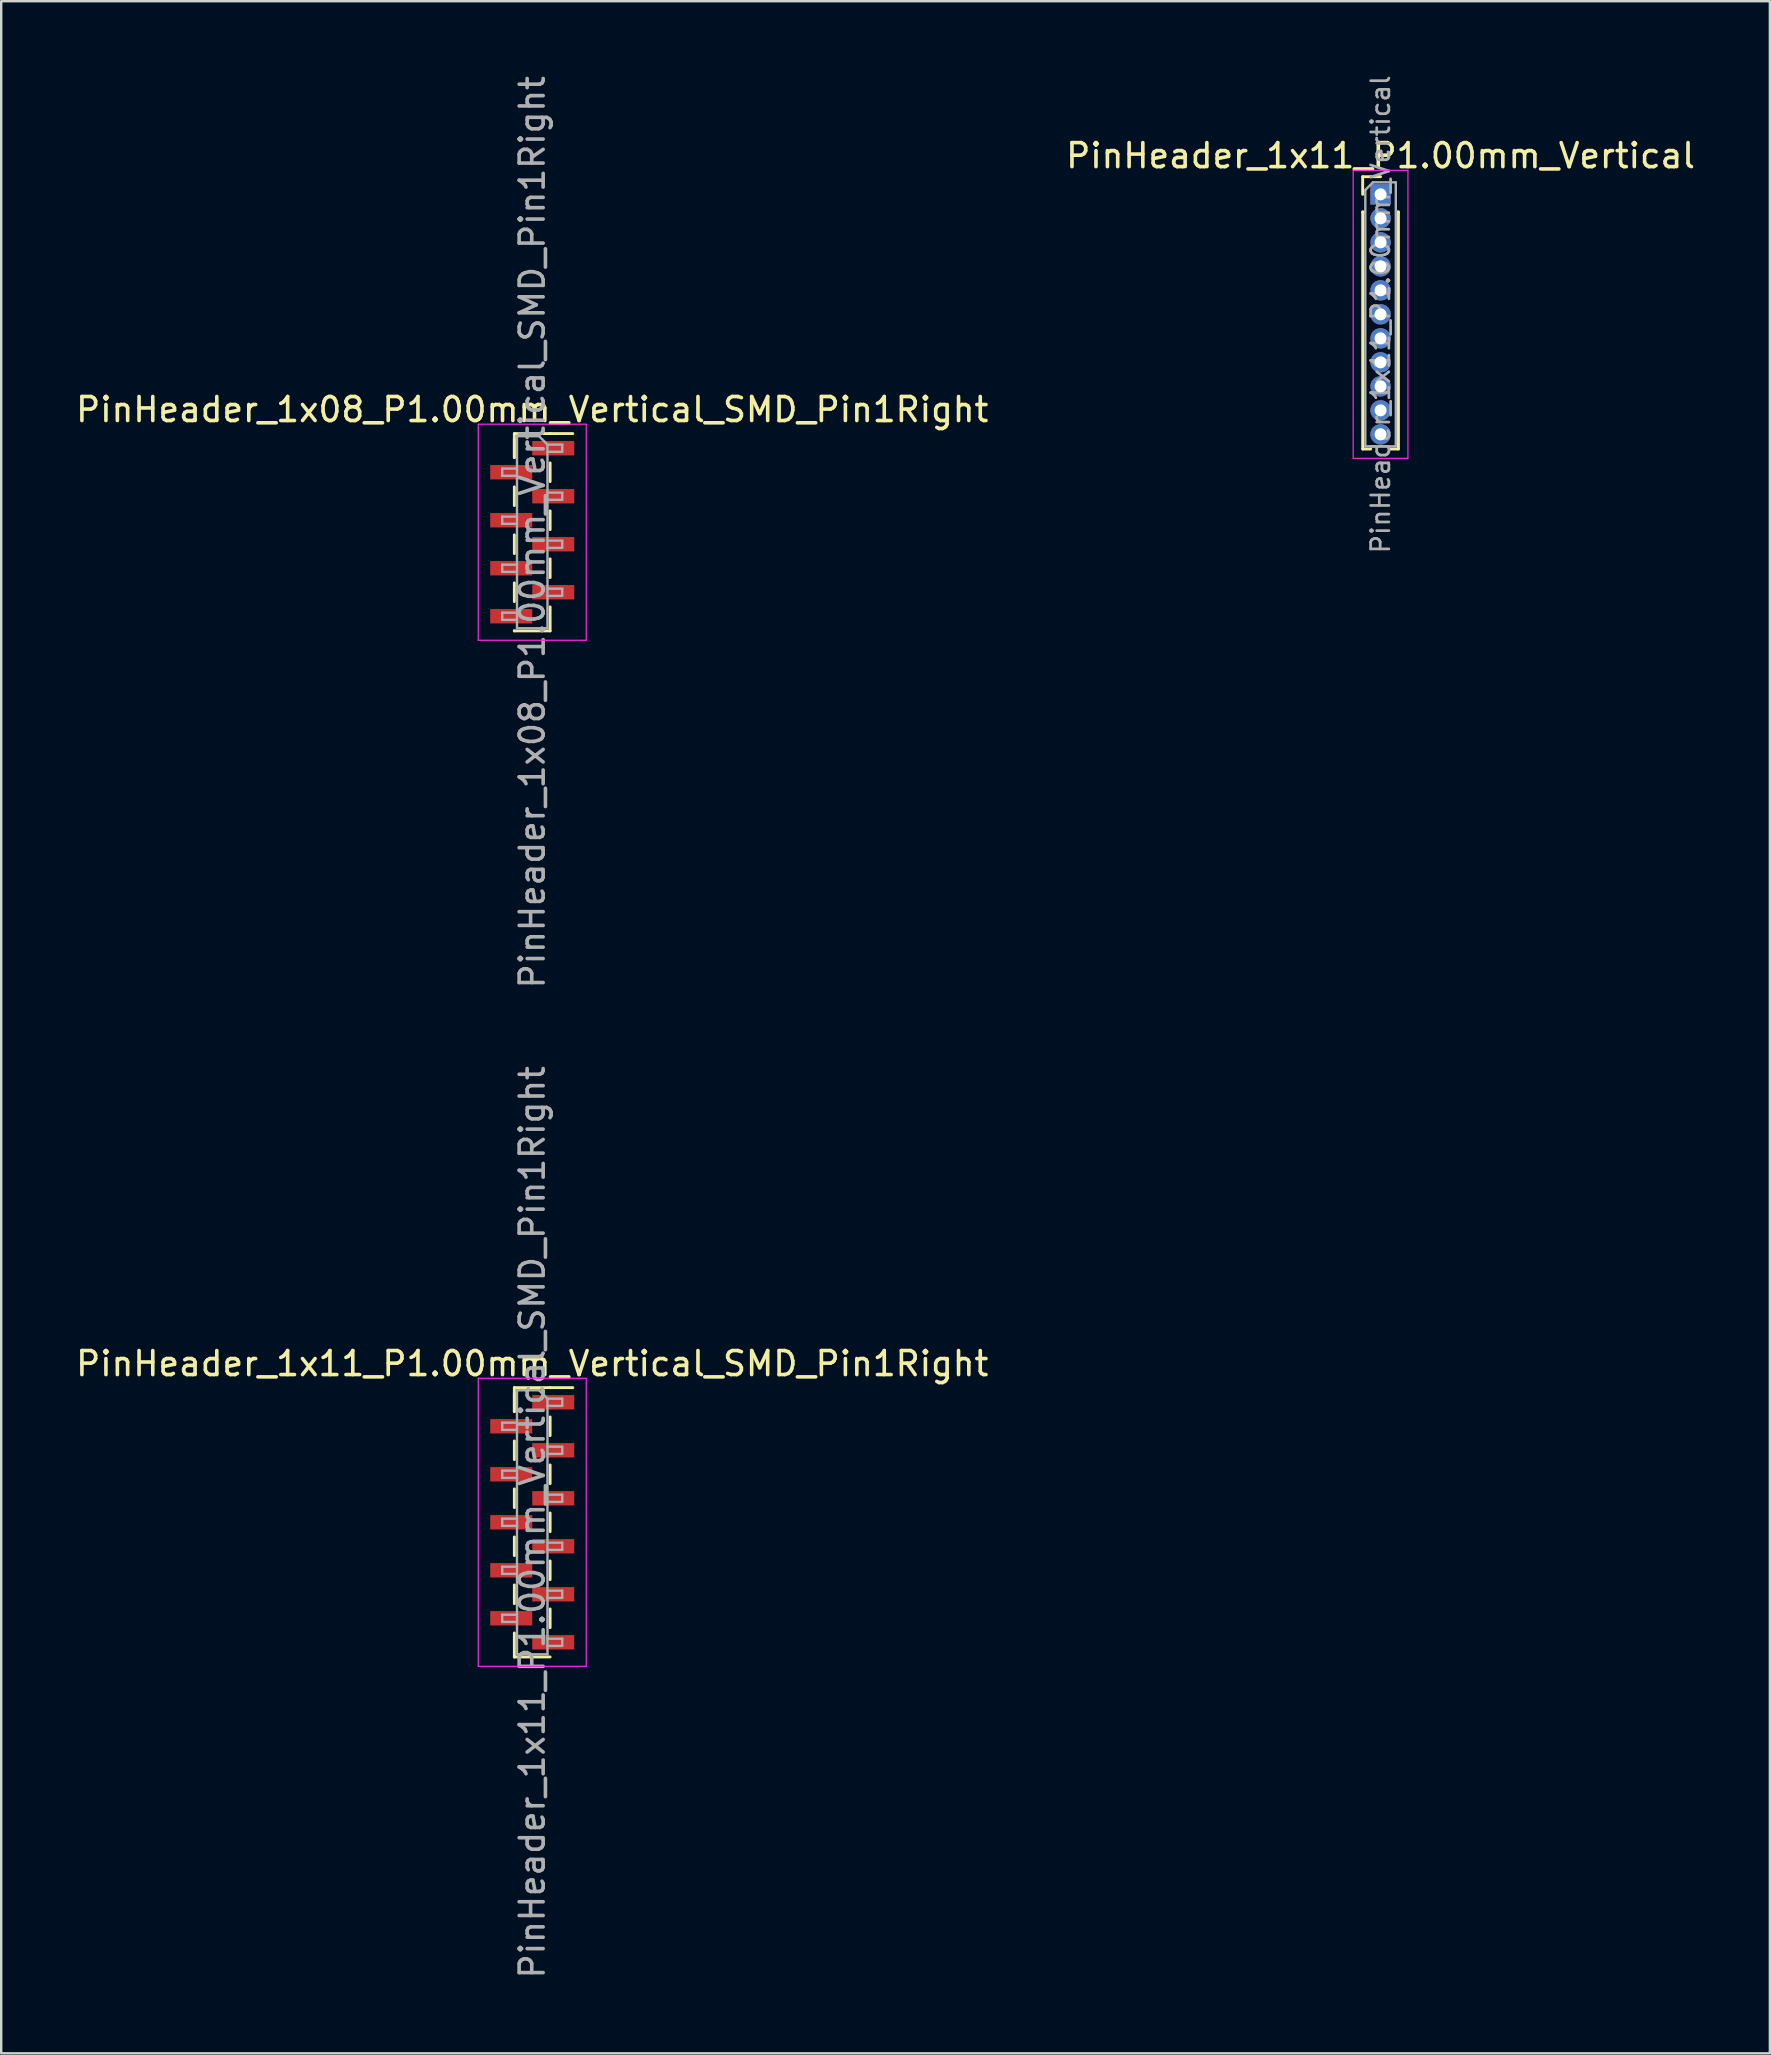
<source format=kicad_pcb>
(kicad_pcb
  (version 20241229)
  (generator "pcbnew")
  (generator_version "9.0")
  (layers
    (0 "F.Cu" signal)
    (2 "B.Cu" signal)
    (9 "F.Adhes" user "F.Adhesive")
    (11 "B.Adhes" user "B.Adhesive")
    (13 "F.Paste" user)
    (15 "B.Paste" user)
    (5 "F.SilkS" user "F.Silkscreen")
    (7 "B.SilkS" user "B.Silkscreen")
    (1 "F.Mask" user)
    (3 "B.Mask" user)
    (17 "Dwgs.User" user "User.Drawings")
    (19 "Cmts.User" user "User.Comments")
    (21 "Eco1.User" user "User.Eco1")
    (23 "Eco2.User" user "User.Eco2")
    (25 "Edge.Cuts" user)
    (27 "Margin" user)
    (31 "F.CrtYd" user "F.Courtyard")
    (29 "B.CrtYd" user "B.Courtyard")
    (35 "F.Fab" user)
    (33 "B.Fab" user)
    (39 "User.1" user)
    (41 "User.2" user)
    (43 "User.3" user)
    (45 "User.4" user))
  (footprint "PinHeader_1x11_P1.00mm_Vertical_SMD_Pin1Right"
    (layer "F.Cu")
    (at 19.125 60.375)
    (property "Reference" "PinHeader_1x11_P1.00mm_Vertical_SMD_Pin1Right" (at 0 -6.61 0) (layer "F.SilkS") (effects (font (size 1 1) (thickness 0.15))))
    (attr smd)
    (fp_line (start -0.745 -5.61) (end -0.745 -4.61) (stroke (width 0.12) (type solid)) (layer "F.SilkS"))
    (fp_line (start -0.745 -5.61) (end 0.745 -5.61) (stroke (width 0.12) (type solid)) (layer "F.SilkS"))
    (fp_line (start -0.745 -5.39) (end -0.745 -4.61) (stroke (width 0.12) (type solid)) (layer "F.SilkS"))
    (fp_line (start -0.745 -3.39) (end -0.745 -2.61) (stroke (width 0.12) (type solid)) (layer "F.SilkS"))
    (fp_line (start -0.745 -1.39) (end -0.745 -0.61) (stroke (width 0.12) (type solid)) (layer "F.SilkS"))
    (fp_line (start -0.745 0.61) (end -0.745 1.39) (stroke (width 0.12) (type solid)) (layer "F.SilkS"))
    (fp_line (start -0.745 2.61) (end -0.745 3.39) (stroke (width 0.12) (type solid)) (layer "F.SilkS"))
    (fp_line (start -0.745 4.61) (end -0.745 5.61) (stroke (width 0.12) (type solid)) (layer "F.SilkS"))
    (fp_line (start -0.745 5.61) (end -0.745 5.61) (stroke (width 0.12) (type solid)) (layer "F.SilkS"))
    (fp_line (start -0.745 5.61) (end 0.745 5.61) (stroke (width 0.12) (type solid)) (layer "F.SilkS"))
    (fp_line (start 0.745 -5.61) (end 0.745 -5.61) (stroke (width 0.12) (type solid)) (layer "F.SilkS"))
    (fp_line (start 0.745 -5.61) (end 1.69 -5.61) (stroke (width 0.12) (type solid)) (layer "F.SilkS"))
    (fp_line (start 0.745 -4.39) (end 0.745 -3.61) (stroke (width 0.12) (type solid)) (layer "F.SilkS"))
    (fp_line (start 0.745 -2.39) (end 0.745 -1.61) (stroke (width 0.12) (type solid)) (layer "F.SilkS"))
    (fp_line (start 0.745 -0.39) (end 0.745 0.39) (stroke (width 0.12) (type solid)) (layer "F.SilkS"))
    (fp_line (start 0.745 1.61) (end 0.745 2.39) (stroke (width 0.12) (type solid)) (layer "F.SilkS"))
    (fp_line (start 0.745 3.61) (end 0.745 4.39) (stroke (width 0.12) (type solid)) (layer "F.SilkS"))
    (fp_line (start -2.25 -6) (end -2.25 6) (stroke (width 0.05) (type solid)) (layer "F.CrtYd"))
    (fp_line (start -2.25 6) (end 2.25 6) (stroke (width 0.05) (type solid)) (layer "F.CrtYd"))
    (fp_line (start 2.25 -6) (end -2.25 -6) (stroke (width 0.05) (type solid)) (layer "F.CrtYd"))
    (fp_line (start 2.25 6) (end 2.25 -6) (stroke (width 0.05) (type solid)) (layer "F.CrtYd"))
    (fp_line (start -1.25 -4.15) (end -1.25 -3.85) (stroke (width 0.1) (type solid)) (layer "F.Fab"))
    (fp_line (start -1.25 -3.85) (end -0.635 -3.85) (stroke (width 0.1) (type solid)) (layer "F.Fab"))
    (fp_line (start -1.25 -2.15) (end -1.25 -1.85) (stroke (width 0.1) (type solid)) (layer "F.Fab"))
    (fp_line (start -1.25 -1.85) (end -0.635 -1.85) (stroke (width 0.1) (type solid)) (layer "F.Fab"))
    (fp_line (start -1.25 -0.15) (end -1.25 0.15) (stroke (width 0.1) (type solid)) (layer "F.Fab"))
    (fp_line (start -1.25 0.15) (end -0.635 0.15) (stroke (width 0.1) (type solid)) (layer "F.Fab"))
    (fp_line (start -1.25 1.85) (end -1.25 2.15) (stroke (width 0.1) (type solid)) (layer "F.Fab"))
    (fp_line (start -1.25 2.15) (end -0.635 2.15) (stroke (width 0.1) (type solid)) (layer "F.Fab"))
    (fp_line (start -1.25 3.85) (end -1.25 4.15) (stroke (width 0.1) (type solid)) (layer "F.Fab"))
    (fp_line (start -1.25 4.15) (end -0.635 4.15) (stroke (width 0.1) (type solid)) (layer "F.Fab"))
    (fp_line (start -0.635 -5.5) (end -0.635 5.5) (stroke (width 0.1) (type solid)) (layer "F.Fab"))
    (fp_line (start -0.635 -5.5) (end 0.285 -5.5) (stroke (width 0.1) (type solid)) (layer "F.Fab"))
    (fp_line (start -0.635 -4.15) (end -1.25 -4.15) (stroke (width 0.1) (type solid)) (layer "F.Fab"))
    (fp_line (start -0.635 -2.15) (end -1.25 -2.15) (stroke (width 0.1) (type solid)) (layer "F.Fab"))
    (fp_line (start -0.635 -0.15) (end -1.25 -0.15) (stroke (width 0.1) (type solid)) (layer "F.Fab"))
    (fp_line (start -0.635 1.85) (end -1.25 1.85) (stroke (width 0.1) (type solid)) (layer "F.Fab"))
    (fp_line (start -0.635 3.85) (end -1.25 3.85) (stroke (width 0.1) (type solid)) (layer "F.Fab"))
    (fp_line (start 0.635 -5.15) (end 0.285 -5.5) (stroke (width 0.1) (type solid)) (layer "F.Fab"))
    (fp_line (start 0.635 -5.15) (end 1.25 -5.15) (stroke (width 0.1) (type solid)) (layer "F.Fab"))
    (fp_line (start 0.635 -3.15) (end 1.25 -3.15) (stroke (width 0.1) (type solid)) (layer "F.Fab"))
    (fp_line (start 0.635 -1.15) (end 1.25 -1.15) (stroke (width 0.1) (type solid)) (layer "F.Fab"))
    (fp_line (start 0.635 0.85) (end 1.25 0.85) (stroke (width 0.1) (type solid)) (layer "F.Fab"))
    (fp_line (start 0.635 2.85) (end 1.25 2.85) (stroke (width 0.1) (type solid)) (layer "F.Fab"))
    (fp_line (start 0.635 4.85) (end 1.25 4.85) (stroke (width 0.1) (type solid)) (layer "F.Fab"))
    (fp_line (start 0.635 5.5) (end -0.635 5.5) (stroke (width 0.1) (type solid)) (layer "F.Fab"))
    (fp_line (start 0.635 5.5) (end 0.635 -5.15) (stroke (width 0.1) (type solid)) (layer "F.Fab"))
    (fp_line (start 1.25 -5.15) (end 1.25 -4.85) (stroke (width 0.1) (type solid)) (layer "F.Fab"))
    (fp_line (start 1.25 -4.85) (end 0.635 -4.85) (stroke (width 0.1) (type solid)) (layer "F.Fab"))
    (fp_line (start 1.25 -3.15) (end 1.25 -2.85) (stroke (width 0.1) (type solid)) (layer "F.Fab"))
    (fp_line (start 1.25 -2.85) (end 0.635 -2.85) (stroke (width 0.1) (type solid)) (layer "F.Fab"))
    (fp_line (start 1.25 -1.15) (end 1.25 -0.85) (stroke (width 0.1) (type solid)) (layer "F.Fab"))
    (fp_line (start 1.25 -0.85) (end 0.635 -0.85) (stroke (width 0.1) (type solid)) (layer "F.Fab"))
    (fp_line (start 1.25 0.85) (end 1.25 1.15) (stroke (width 0.1) (type solid)) (layer "F.Fab"))
    (fp_line (start 1.25 1.15) (end 0.635 1.15) (stroke (width 0.1) (type solid)) (layer "F.Fab"))
    (fp_line (start 1.25 2.85) (end 1.25 3.15) (stroke (width 0.1) (type solid)) (layer "F.Fab"))
    (fp_line (start 1.25 3.15) (end 0.635 3.15) (stroke (width 0.1) (type solid)) (layer "F.Fab"))
    (fp_line (start 1.25 4.85) (end 1.25 5.15) (stroke (width 0.1) (type solid)) (layer "F.Fab"))
    (fp_line (start 1.25 5.15) (end 0.635 5.15) (stroke (width 0.1) (type solid)) (layer "F.Fab"))
    (fp_text user "${REFERENCE}" (at 0 0 90) (layer "F.Fab") (effects (font (size 1 1) (thickness 0.15))))
    (pad "1" smd rect (at 0.875 -5) (size 1.75 0.6) (layers "F.Cu" "F.Mask" "F.Paste"))
    (pad "2" smd rect (at -0.875 -4) (size 1.75 0.6) (layers "F.Cu" "F.Mask" "F.Paste"))
    (pad "3" smd rect (at 0.875 -3) (size 1.75 0.6) (layers "F.Cu" "F.Mask" "F.Paste"))
    (pad "4" smd rect (at -0.875 -2) (size 1.75 0.6) (layers "F.Cu" "F.Mask" "F.Paste"))
    (pad "5" smd rect (at 0.875 -1) (size 1.75 0.6) (layers "F.Cu" "F.Mask" "F.Paste"))
    (pad "6" smd rect (at -0.875 0) (size 1.75 0.6) (layers "F.Cu" "F.Mask" "F.Paste"))
    (pad "7" smd rect (at 0.875 1) (size 1.75 0.6) (layers "F.Cu" "F.Mask" "F.Paste"))
    (pad "8" smd rect (at -0.875 2) (size 1.75 0.6) (layers "F.Cu" "F.Mask" "F.Paste"))
    (pad "9" smd rect (at 0.875 3) (size 1.75 0.6) (layers "F.Cu" "F.Mask" "F.Paste"))
    (pad "10" smd rect (at -0.875 4) (size 1.75 0.6) (layers "F.Cu" "F.Mask" "F.Paste"))
    (pad "11" smd rect (at 0.875 5) (size 1.75 0.6) (layers "F.Cu" "F.Mask" "F.Paste")))
  (footprint "PinHeader_1x08_P1.00mm_Vertical_SMD_Pin1Right"
    (layer "F.Cu")
    (at 19.125 19.125)
    (property "Reference" "PinHeader_1x08_P1.00mm_Vertical_SMD_Pin1Right" (at 0 -5.11 0) (layer "F.SilkS") (effects (font (size 1 1) (thickness 0.15))))
    (attr smd)
    (fp_line (start -0.745 -4.11) (end -0.745 -3.11) (stroke (width 0.12) (type solid)) (layer "F.SilkS"))
    (fp_line (start -0.745 -4.11) (end 0.745 -4.11) (stroke (width 0.12) (type solid)) (layer "F.SilkS"))
    (fp_line (start -0.745 -3.89) (end -0.745 -3.11) (stroke (width 0.12) (type solid)) (layer "F.SilkS"))
    (fp_line (start -0.745 -1.89) (end -0.745 -1.11) (stroke (width 0.12) (type solid)) (layer "F.SilkS"))
    (fp_line (start -0.745 0.11) (end -0.745 0.89) (stroke (width 0.12) (type solid)) (layer "F.SilkS"))
    (fp_line (start -0.745 2.11) (end -0.745 2.89) (stroke (width 0.12) (type solid)) (layer "F.SilkS"))
    (fp_line (start -0.745 4.11) (end -0.745 4.11) (stroke (width 0.12) (type solid)) (layer "F.SilkS"))
    (fp_line (start -0.745 4.11) (end 0.745 4.11) (stroke (width 0.12) (type solid)) (layer "F.SilkS"))
    (fp_line (start 0.745 -4.11) (end 0.745 -4.11) (stroke (width 0.12) (type solid)) (layer "F.SilkS"))
    (fp_line (start 0.745 -4.11) (end 1.69 -4.11) (stroke (width 0.12) (type solid)) (layer "F.SilkS"))
    (fp_line (start 0.745 -2.89) (end 0.745 -2.11) (stroke (width 0.12) (type solid)) (layer "F.SilkS"))
    (fp_line (start 0.745 -0.89) (end 0.745 -0.11) (stroke (width 0.12) (type solid)) (layer "F.SilkS"))
    (fp_line (start 0.745 1.11) (end 0.745 1.89) (stroke (width 0.12) (type solid)) (layer "F.SilkS"))
    (fp_line (start 0.745 3.11) (end 0.745 4.11) (stroke (width 0.12) (type solid)) (layer "F.SilkS"))
    (fp_line (start -2.25 -4.5) (end -2.25 4.5) (stroke (width 0.05) (type solid)) (layer "F.CrtYd"))
    (fp_line (start -2.25 4.5) (end 2.25 4.5) (stroke (width 0.05) (type solid)) (layer "F.CrtYd"))
    (fp_line (start 2.25 -4.5) (end -2.25 -4.5) (stroke (width 0.05) (type solid)) (layer "F.CrtYd"))
    (fp_line (start 2.25 4.5) (end 2.25 -4.5) (stroke (width 0.05) (type solid)) (layer "F.CrtYd"))
    (fp_line (start -1.25 -2.65) (end -1.25 -2.35) (stroke (width 0.1) (type solid)) (layer "F.Fab"))
    (fp_line (start -1.25 -2.35) (end -0.635 -2.35) (stroke (width 0.1) (type solid)) (layer "F.Fab"))
    (fp_line (start -1.25 -0.65) (end -1.25 -0.35) (stroke (width 0.1) (type solid)) (layer "F.Fab"))
    (fp_line (start -1.25 -0.35) (end -0.635 -0.35) (stroke (width 0.1) (type solid)) (layer "F.Fab"))
    (fp_line (start -1.25 1.35) (end -1.25 1.65) (stroke (width 0.1) (type solid)) (layer "F.Fab"))
    (fp_line (start -1.25 1.65) (end -0.635 1.65) (stroke (width 0.1) (type solid)) (layer "F.Fab"))
    (fp_line (start -1.25 3.35) (end -1.25 3.65) (stroke (width 0.1) (type solid)) (layer "F.Fab"))
    (fp_line (start -1.25 3.65) (end -0.635 3.65) (stroke (width 0.1) (type solid)) (layer "F.Fab"))
    (fp_line (start -0.635 -4) (end -0.635 4) (stroke (width 0.1) (type solid)) (layer "F.Fab"))
    (fp_line (start -0.635 -4) (end 0.285 -4) (stroke (width 0.1) (type solid)) (layer "F.Fab"))
    (fp_line (start -0.635 -2.65) (end -1.25 -2.65) (stroke (width 0.1) (type solid)) (layer "F.Fab"))
    (fp_line (start -0.635 -0.65) (end -1.25 -0.65) (stroke (width 0.1) (type solid)) (layer "F.Fab"))
    (fp_line (start -0.635 1.35) (end -1.25 1.35) (stroke (width 0.1) (type solid)) (layer "F.Fab"))
    (fp_line (start -0.635 3.35) (end -1.25 3.35) (stroke (width 0.1) (type solid)) (layer "F.Fab"))
    (fp_line (start 0.635 -3.65) (end 0.285 -4) (stroke (width 0.1) (type solid)) (layer "F.Fab"))
    (fp_line (start 0.635 -3.65) (end 1.25 -3.65) (stroke (width 0.1) (type solid)) (layer "F.Fab"))
    (fp_line (start 0.635 -1.65) (end 1.25 -1.65) (stroke (width 0.1) (type solid)) (layer "F.Fab"))
    (fp_line (start 0.635 0.35) (end 1.25 0.35) (stroke (width 0.1) (type solid)) (layer "F.Fab"))
    (fp_line (start 0.635 2.35) (end 1.25 2.35) (stroke (width 0.1) (type solid)) (layer "F.Fab"))
    (fp_line (start 0.635 4) (end -0.635 4) (stroke (width 0.1) (type solid)) (layer "F.Fab"))
    (fp_line (start 0.635 4) (end 0.635 -3.65) (stroke (width 0.1) (type solid)) (layer "F.Fab"))
    (fp_line (start 1.25 -3.65) (end 1.25 -3.35) (stroke (width 0.1) (type solid)) (layer "F.Fab"))
    (fp_line (start 1.25 -3.35) (end 0.635 -3.35) (stroke (width 0.1) (type solid)) (layer "F.Fab"))
    (fp_line (start 1.25 -1.65) (end 1.25 -1.35) (stroke (width 0.1) (type solid)) (layer "F.Fab"))
    (fp_line (start 1.25 -1.35) (end 0.635 -1.35) (stroke (width 0.1) (type solid)) (layer "F.Fab"))
    (fp_line (start 1.25 0.35) (end 1.25 0.65) (stroke (width 0.1) (type solid)) (layer "F.Fab"))
    (fp_line (start 1.25 0.65) (end 0.635 0.65) (stroke (width 0.1) (type solid)) (layer "F.Fab"))
    (fp_line (start 1.25 2.35) (end 1.25 2.65) (stroke (width 0.1) (type solid)) (layer "F.Fab"))
    (fp_line (start 1.25 2.65) (end 0.635 2.65) (stroke (width 0.1) (type solid)) (layer "F.Fab"))
    (fp_text user "${REFERENCE}" (at 0 0 90) (layer "F.Fab") (effects (font (size 1 1) (thickness 0.15))))
    (pad "1" smd rect (at 0.875 -3.5) (size 1.75 0.6) (layers "F.Cu" "F.Mask" "F.Paste"))
    (pad "2" smd rect (at -0.875 -2.5) (size 1.75 0.6) (layers "F.Cu" "F.Mask" "F.Paste"))
    (pad "3" smd rect (at 0.875 -1.5) (size 1.75 0.6) (layers "F.Cu" "F.Mask" "F.Paste"))
    (pad "4" smd rect (at -0.875 -0.5) (size 1.75 0.6) (layers "F.Cu" "F.Mask" "F.Paste"))
    (pad "5" smd rect (at 0.875 0.5) (size 1.75 0.6) (layers "F.Cu" "F.Mask" "F.Paste"))
    (pad "6" smd rect (at -0.875 1.5) (size 1.75 0.6) (layers "F.Cu" "F.Mask" "F.Paste"))
    (pad "7" smd rect (at 0.875 2.5) (size 1.75 0.6) (layers "F.Cu" "F.Mask" "F.Paste"))
    (pad "8" smd rect (at -0.875 3.5) (size 1.75 0.6) (layers "F.Cu" "F.Mask" "F.Paste")))
  (footprint "PinHeader_1x11_P1.00mm_Vertical"
    (layer "F.Cu")
    (at 54.47 5.047)
    (property "Reference" "PinHeader_1x11_P1.00mm_Vertical" (at 0 -1.61 0) (layer "F.SilkS") (effects (font (size 1 1) (thickness 0.15))))
    (attr through_hole)
    (fp_line (start -0.745 -0.735) (end 0 -0.735) (stroke (width 0.12) (type solid)) (layer "F.SilkS"))
    (fp_line (start -0.745 0) (end -0.745 -0.735) (stroke (width 0.12) (type solid)) (layer "F.SilkS"))
    (fp_line (start -0.745 0.735) (end -0.745 10.61) (stroke (width 0.12) (type solid)) (layer "F.SilkS"))
    (fp_line (start -0.745 0.735) (end -0.686 0.735) (stroke (width 0.12) (type solid)) (layer "F.SilkS"))
    (fp_line (start -0.745 10.61) (end -0.41 10.61) (stroke (width 0.12) (type solid)) (layer "F.SilkS"))
    (fp_line (start 0.41 10.61) (end 0.745 10.61) (stroke (width 0.12) (type solid)) (layer "F.SilkS"))
    (fp_line (start 0.686 0.735) (end 0.745 0.735) (stroke (width 0.12) (type solid)) (layer "F.SilkS"))
    (fp_line (start 0.745 0.735) (end 0.745 10.61) (stroke (width 0.12) (type solid)) (layer "F.SilkS"))
    (fp_line (start -1.14 -1) (end -1.14 11) (stroke (width 0.05) (type solid)) (layer "F.CrtYd"))
    (fp_line (start -1.14 11) (end 1.14 11) (stroke (width 0.05) (type solid)) (layer "F.CrtYd"))
    (fp_line (start 1.14 -1) (end -1.14 -1) (stroke (width 0.05) (type solid)) (layer "F.CrtYd"))
    (fp_line (start 1.14 11) (end 1.14 -1) (stroke (width 0.05) (type solid)) (layer "F.CrtYd"))
    (fp_line (start -0.635 -0.182) (end -0.318 -0.5) (stroke (width 0.1) (type solid)) (layer "F.Fab"))
    (fp_line (start -0.635 10.5) (end -0.635 -0.182) (stroke (width 0.1) (type solid)) (layer "F.Fab"))
    (fp_line (start -0.318 -0.5) (end 0.635 -0.5) (stroke (width 0.1) (type solid)) (layer "F.Fab"))
    (fp_line (start 0.635 -0.5) (end 0.635 10.5) (stroke (width 0.1) (type solid)) (layer "F.Fab"))
    (fp_line (start 0.635 10.5) (end -0.635 10.5) (stroke (width 0.1) (type solid)) (layer "F.Fab"))
    (fp_text user "${REFERENCE}" (at 0 5 90) (layer "F.Fab") (effects (font (size 0.76 0.76) (thickness 0.114))))
    (pad "1" thru_hole rect (at 0 0) (size 0.85 0.85) (drill 0.5) (layers "*.Cu" "*.Mask"))
    (pad "2" thru_hole circle (at 0 1) (size 0.85 0.85) (drill 0.5) (layers "*.Cu" "*.Mask"))
    (pad "3" thru_hole circle (at 0 2) (size 0.85 0.85) (drill 0.5) (layers "*.Cu" "*.Mask"))
    (pad "4" thru_hole circle (at 0 3) (size 0.85 0.85) (drill 0.5) (layers "*.Cu" "*.Mask"))
    (pad "5" thru_hole circle (at 0 4) (size 0.85 0.85) (drill 0.5) (layers "*.Cu" "*.Mask"))
    (pad "6" thru_hole circle (at 0 5) (size 0.85 0.85) (drill 0.5) (layers "*.Cu" "*.Mask"))
    (pad "7" thru_hole circle (at 0 6) (size 0.85 0.85) (drill 0.5) (layers "*.Cu" "*.Mask"))
    (pad "8" thru_hole circle (at 0 7) (size 0.85 0.85) (drill 0.5) (layers "*.Cu" "*.Mask"))
    (pad "9" thru_hole circle (at 0 8) (size 0.85 0.85) (drill 0.5) (layers "*.Cu" "*.Mask"))
    (pad "10" thru_hole circle (at 0 9) (size 0.85 0.85) (drill 0.5) (layers "*.Cu" "*.Mask"))
    (pad "11" thru_hole circle (at 0 10) (size 0.85 0.85) (drill 0.5) (layers "*.Cu" "*.Mask")))
  (gr_rect
    (start -3 -3)
    (end 70.69 82.5)
    (stroke (width 0.1) (type default))
    (fill no)
    (layer "Edge.Cuts")))
</source>
